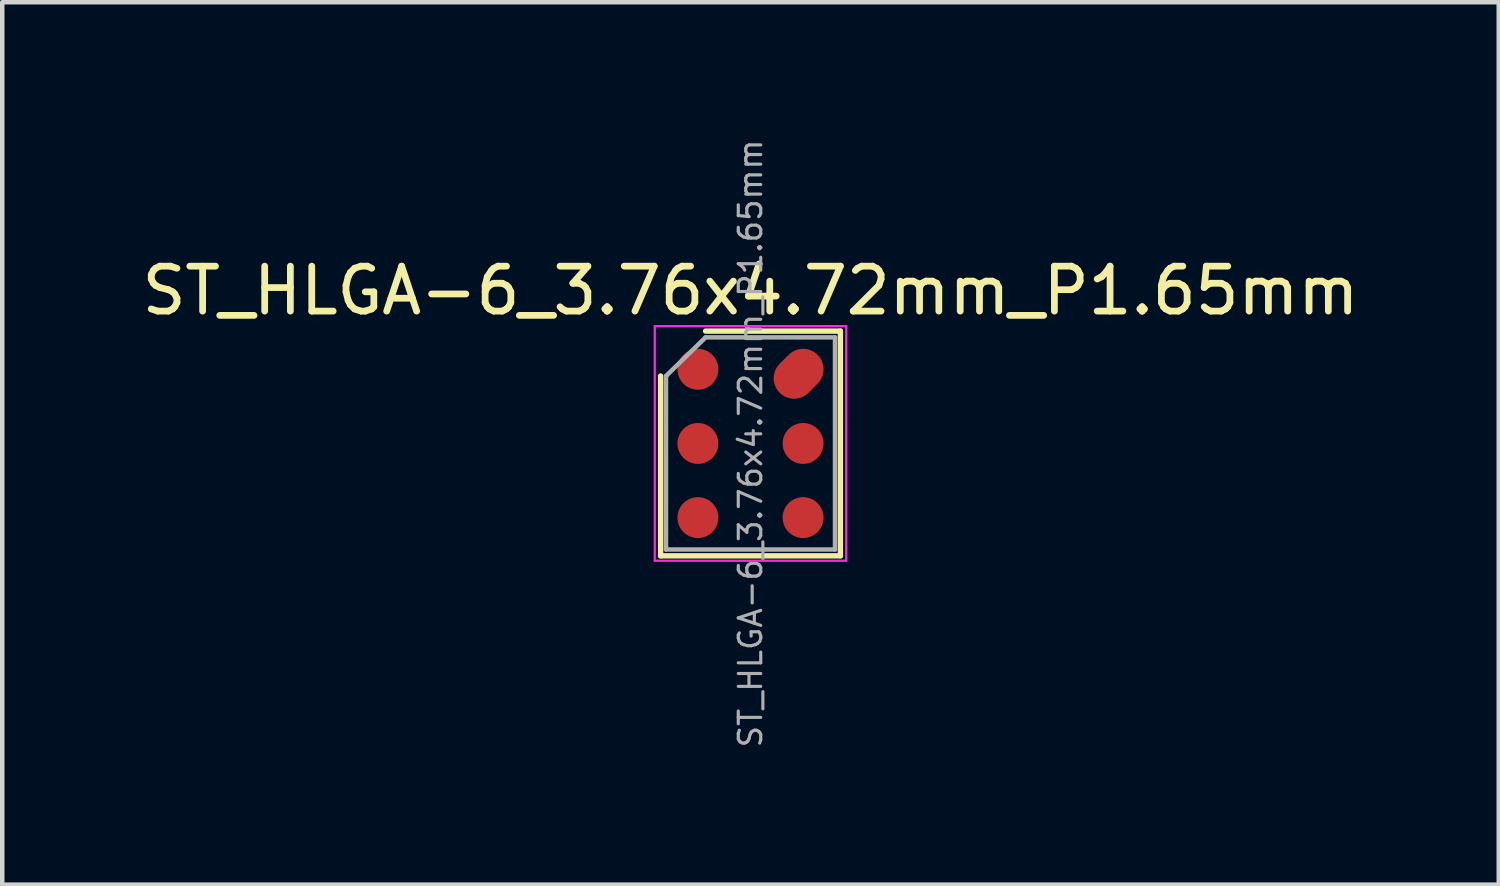
<source format=kicad_pcb>
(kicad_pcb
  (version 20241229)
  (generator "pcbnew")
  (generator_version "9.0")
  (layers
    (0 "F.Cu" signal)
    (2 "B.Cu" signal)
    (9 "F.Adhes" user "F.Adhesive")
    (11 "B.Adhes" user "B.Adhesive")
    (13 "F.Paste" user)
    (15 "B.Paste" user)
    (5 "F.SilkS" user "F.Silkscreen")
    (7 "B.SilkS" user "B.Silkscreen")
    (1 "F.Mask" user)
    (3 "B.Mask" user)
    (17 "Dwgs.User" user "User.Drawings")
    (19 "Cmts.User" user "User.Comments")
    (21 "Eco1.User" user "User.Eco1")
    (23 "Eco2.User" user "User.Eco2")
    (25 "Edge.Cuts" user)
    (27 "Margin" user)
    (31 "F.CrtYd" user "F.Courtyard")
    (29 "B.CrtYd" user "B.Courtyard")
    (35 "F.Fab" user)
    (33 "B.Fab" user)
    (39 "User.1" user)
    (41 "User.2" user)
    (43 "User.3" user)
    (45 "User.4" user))
  (footprint "ST_HLGA-6_3.76x4.72mm_P1.65mm"
    (layer "F.Cu")
    (at 13.649 6.817)
    (property "Reference" "ST_HLGA-6_3.76x4.72mm_P1.65mm" (at 0 -3.4 0) (layer "F.SilkS") (effects (font (size 1 1) (thickness 0.15))))
    (attr smd)
    (fp_line (start -2 2.5) (end -2 -1.5) (stroke (width 0.12) (type solid)) (layer "F.SilkS"))
    (fp_line (start -1 -2.5) (end 2 -2.5) (stroke (width 0.12) (type solid)) (layer "F.SilkS"))
    (fp_line (start 2 -2.5) (end 2 2.5) (stroke (width 0.12) (type solid)) (layer "F.SilkS"))
    (fp_line (start 2 2.5) (end -2 2.5) (stroke (width 0.12) (type solid)) (layer "F.SilkS"))
    (fp_line (start -2.13 -2.61) (end 2.13 -2.61) (stroke (width 0.05) (type solid)) (layer "F.CrtYd"))
    (fp_line (start -2.13 2.61) (end -2.13 -2.61) (stroke (width 0.05) (type solid)) (layer "F.CrtYd"))
    (fp_line (start 2.13 -2.61) (end 2.13 2.61) (stroke (width 0.05) (type solid)) (layer "F.CrtYd"))
    (fp_line (start 2.13 2.61) (end -2.13 2.61) (stroke (width 0.05) (type solid)) (layer "F.CrtYd"))
    (fp_line (start -1.88 2.36) (end -1.88 -1.5) (stroke (width 0.1) (type solid)) (layer "F.Fab"))
    (fp_line (start -1 -2.36) (end -1.88 -1.5) (stroke (width 0.1) (type solid)) (layer "F.Fab"))
    (fp_line (start -1 -2.36) (end 1.88 -2.36) (stroke (width 0.1) (type solid)) (layer "F.Fab"))
    (fp_line (start 1.88 -2.36) (end 1.88 2.36) (stroke (width 0.1) (type solid)) (layer "F.Fab"))
    (fp_line (start 1.88 2.36) (end -1.88 2.36) (stroke (width 0.1) (type solid)) (layer "F.Fab"))
    (fp_text user "${REFERENCE}" (at 0 0 90) (layer "F.Fab") (effects (font (size 0.5 0.5) (thickness 0.07))))
    (pad "1" smd circle (at -1.17 -1.65) (size 0.91 0.91) (layers "F.Cu" "F.Mask" "F.Paste"))
    (pad "2" smd circle (at -1.17 0) (size 0.91 0.91) (layers "F.Cu" "F.Mask" "F.Paste"))
    (pad "3" smd circle (at -1.17 1.65) (size 0.91 0.91) (layers "F.Cu" "F.Mask" "F.Paste"))
    (pad "4" smd circle (at 1.17 1.65) (size 0.91 0.91) (layers "F.Cu" "F.Mask" "F.Paste"))
    (pad "5" smd circle (at 1.17 0) (size 0.91 0.91) (layers "F.Cu" "F.Mask" "F.Paste"))
    (pad "6" smd oval (at 1.17 -1.65 45) (size 1.193 0.91) (drill (offset -0.141 0)) (layers "F.Cu" "F.Mask" "F.Paste")))
  (gr_rect
    (start -3 -3)
    (end 30.298 16.634)
    (stroke (width 0.1) (type default))
    (fill no)
    (layer "Edge.Cuts")))
</source>
